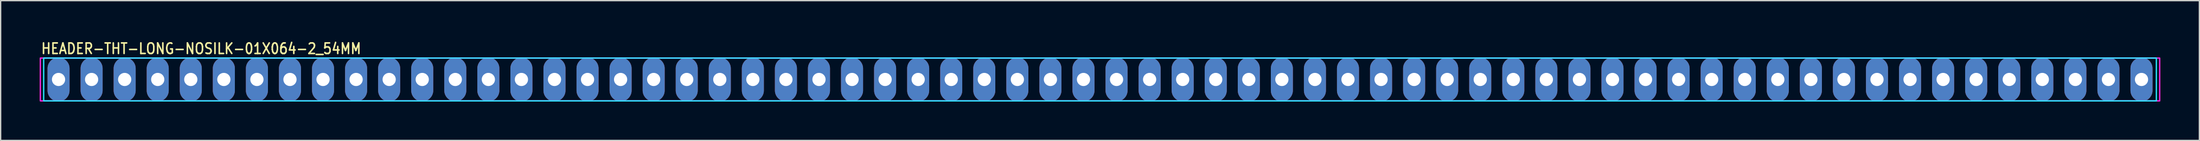
<source format=kicad_pcb>
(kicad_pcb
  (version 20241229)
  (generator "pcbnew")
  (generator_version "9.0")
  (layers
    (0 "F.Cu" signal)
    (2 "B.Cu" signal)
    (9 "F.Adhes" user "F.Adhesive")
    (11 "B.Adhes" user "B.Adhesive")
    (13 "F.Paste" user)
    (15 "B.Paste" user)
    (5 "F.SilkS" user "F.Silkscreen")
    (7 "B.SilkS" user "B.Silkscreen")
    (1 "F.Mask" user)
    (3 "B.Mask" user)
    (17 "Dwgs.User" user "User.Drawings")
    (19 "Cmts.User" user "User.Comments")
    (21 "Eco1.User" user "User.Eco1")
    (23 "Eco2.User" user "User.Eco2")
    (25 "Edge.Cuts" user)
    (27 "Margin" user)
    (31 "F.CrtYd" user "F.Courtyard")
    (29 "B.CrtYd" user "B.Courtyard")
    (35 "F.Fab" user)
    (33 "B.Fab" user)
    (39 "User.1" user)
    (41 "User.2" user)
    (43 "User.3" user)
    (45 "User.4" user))
  (footprint "HEADER-THT-LONG-NOSILK-01X064-2_54MM"
    (layer "F.Cu")
    (at 1.447 3.079)
    (property "Reference" "HEADER-THT-LONG-NOSILK-01X064-2_54MM" (at -1.4 -1.9 0) (unlocked yes) (layer "F.SilkS") (effects (font (size 0.813 0.695) (thickness 0.122)) (justify left bottom)))
    (fp_poly (pts (xy -1.143 -1.651) (xy 161.163 -1.651) (xy 161.163 1.651) (xy -1.143 1.651)) (stroke (width 0.1) (type solid)) (fill no) (layer "B.CrtYd"))
    (fp_poly (pts (xy -1.397 -1.651) (xy 161.417 -1.651) (xy 161.417 1.651) (xy -1.397 1.651)) (stroke (width 0.1) (type solid)) (fill no) (layer "F.CrtYd"))
    (pad "P$1" thru_hole oval (at 0 0 90) (size 3.387 1.693) (drill 1.016) (layers "*.Cu" "*.Mask"))
    (pad "P$2" thru_hole oval (at 2.54 0 90) (size 3.387 1.693) (drill 1.016) (layers "*.Cu" "*.Mask"))
    (pad "P$3" thru_hole oval (at 5.08 0 90) (size 3.387 1.693) (drill 1.016) (layers "*.Cu" "*.Mask"))
    (pad "P$4" thru_hole oval (at 7.62 0 90) (size 3.387 1.693) (drill 1.016) (layers "*.Cu" "*.Mask"))
    (pad "P$5" thru_hole oval (at 10.16 0 90) (size 3.387 1.693) (drill 1.016) (layers "*.Cu" "*.Mask"))
    (pad "P$6" thru_hole oval (at 12.7 0 90) (size 3.387 1.693) (drill 1.016) (layers "*.Cu" "*.Mask"))
    (pad "P$7" thru_hole oval (at 15.24 0 90) (size 3.387 1.693) (drill 1.016) (layers "*.Cu" "*.Mask"))
    (pad "P$8" thru_hole oval (at 17.78 0 90) (size 3.387 1.693) (drill 1.016) (layers "*.Cu" "*.Mask"))
    (pad "P$9" thru_hole oval (at 20.32 0 90) (size 3.387 1.693) (drill 1.016) (layers "*.Cu" "*.Mask"))
    (pad "P$10" thru_hole oval (at 22.86 0 90) (size 3.387 1.693) (drill 1.016) (layers "*.Cu" "*.Mask"))
    (pad "P$11" thru_hole oval (at 25.4 0 90) (size 3.387 1.693) (drill 1.016) (layers "*.Cu" "*.Mask"))
    (pad "P$12" thru_hole oval (at 27.94 0 90) (size 3.387 1.693) (drill 1.016) (layers "*.Cu" "*.Mask"))
    (pad "P$13" thru_hole oval (at 30.48 0 90) (size 3.387 1.693) (drill 1.016) (layers "*.Cu" "*.Mask"))
    (pad "P$14" thru_hole oval (at 33.02 0 90) (size 3.387 1.693) (drill 1.016) (layers "*.Cu" "*.Mask"))
    (pad "P$15" thru_hole oval (at 35.56 0 90) (size 3.387 1.693) (drill 1.016) (layers "*.Cu" "*.Mask"))
    (pad "P$16" thru_hole oval (at 38.1 0 90) (size 3.387 1.693) (drill 1.016) (layers "*.Cu" "*.Mask"))
    (pad "P$17" thru_hole oval (at 40.64 0 90) (size 3.387 1.693) (drill 1.016) (layers "*.Cu" "*.Mask"))
    (pad "P$18" thru_hole oval (at 43.18 0 90) (size 3.387 1.693) (drill 1.016) (layers "*.Cu" "*.Mask"))
    (pad "P$19" thru_hole oval (at 45.72 0 90) (size 3.387 1.693) (drill 1.016) (layers "*.Cu" "*.Mask"))
    (pad "P$20" thru_hole oval (at 48.26 0 90) (size 3.387 1.693) (drill 1.016) (layers "*.Cu" "*.Mask"))
    (pad "P$21" thru_hole oval (at 50.8 0 90) (size 3.387 1.693) (drill 1.016) (layers "*.Cu" "*.Mask"))
    (pad "P$22" thru_hole oval (at 53.34 0 90) (size 3.387 1.693) (drill 1.016) (layers "*.Cu" "*.Mask"))
    (pad "P$23" thru_hole oval (at 55.88 0 90) (size 3.387 1.693) (drill 1.016) (layers "*.Cu" "*.Mask"))
    (pad "P$24" thru_hole oval (at 58.42 0 90) (size 3.387 1.693) (drill 1.016) (layers "*.Cu" "*.Mask"))
    (pad "P$25" thru_hole oval (at 60.96 0 90) (size 3.387 1.693) (drill 1.016) (layers "*.Cu" "*.Mask"))
    (pad "P$26" thru_hole oval (at 63.5 0 90) (size 3.387 1.693) (drill 1.016) (layers "*.Cu" "*.Mask"))
    (pad "P$27" thru_hole oval (at 66.04 0 90) (size 3.387 1.693) (drill 1.016) (layers "*.Cu" "*.Mask"))
    (pad "P$28" thru_hole oval (at 68.58 0 90) (size 3.387 1.693) (drill 1.016) (layers "*.Cu" "*.Mask"))
    (pad "P$29" thru_hole oval (at 71.12 0 90) (size 3.387 1.693) (drill 1.016) (layers "*.Cu" "*.Mask"))
    (pad "P$30" thru_hole oval (at 73.66 0 90) (size 3.387 1.693) (drill 1.016) (layers "*.Cu" "*.Mask"))
    (pad "P$31" thru_hole oval (at 76.2 0 90) (size 3.387 1.693) (drill 1.016) (layers "*.Cu" "*.Mask"))
    (pad "P$32" thru_hole oval (at 78.74 0 90) (size 3.387 1.693) (drill 1.016) (layers "*.Cu" "*.Mask"))
    (pad "P$33" thru_hole oval (at 81.28 0 90) (size 3.387 1.693) (drill 1.016) (layers "*.Cu" "*.Mask"))
    (pad "P$34" thru_hole oval (at 83.82 0 90) (size 3.387 1.693) (drill 1.016) (layers "*.Cu" "*.Mask"))
    (pad "P$35" thru_hole oval (at 86.36 0 90) (size 3.387 1.693) (drill 1.016) (layers "*.Cu" "*.Mask"))
    (pad "P$36" thru_hole oval (at 88.9 0 90) (size 3.387 1.693) (drill 1.016) (layers "*.Cu" "*.Mask"))
    (pad "P$37" thru_hole oval (at 91.44 0 90) (size 3.387 1.693) (drill 1.016) (layers "*.Cu" "*.Mask"))
    (pad "P$38" thru_hole oval (at 93.98 0 90) (size 3.387 1.693) (drill 1.016) (layers "*.Cu" "*.Mask"))
    (pad "P$39" thru_hole oval (at 96.52 0 90) (size 3.387 1.693) (drill 1.016) (layers "*.Cu" "*.Mask"))
    (pad "P$40" thru_hole oval (at 99.06 0 90) (size 3.387 1.693) (drill 1.016) (layers "*.Cu" "*.Mask"))
    (pad "P$41" thru_hole oval (at 101.6 0 90) (size 3.387 1.693) (drill 1.016) (layers "*.Cu" "*.Mask"))
    (pad "P$42" thru_hole oval (at 104.14 0 90) (size 3.387 1.693) (drill 1.016) (layers "*.Cu" "*.Mask"))
    (pad "P$43" thru_hole oval (at 106.68 0 90) (size 3.387 1.693) (drill 1.016) (layers "*.Cu" "*.Mask"))
    (pad "P$44" thru_hole oval (at 109.22 0 90) (size 3.387 1.693) (drill 1.016) (layers "*.Cu" "*.Mask"))
    (pad "P$45" thru_hole oval (at 111.76 0 90) (size 3.387 1.693) (drill 1.016) (layers "*.Cu" "*.Mask"))
    (pad "P$46" thru_hole oval (at 114.3 0 90) (size 3.387 1.693) (drill 1.016) (layers "*.Cu" "*.Mask"))
    (pad "P$47" thru_hole oval (at 116.84 0 90) (size 3.387 1.693) (drill 1.016) (layers "*.Cu" "*.Mask"))
    (pad "P$48" thru_hole oval (at 119.38 0 90) (size 3.387 1.693) (drill 1.016) (layers "*.Cu" "*.Mask"))
    (pad "P$49" thru_hole oval (at 121.92 0 90) (size 3.387 1.693) (drill 1.016) (layers "*.Cu" "*.Mask"))
    (pad "P$50" thru_hole oval (at 124.46 0 90) (size 3.387 1.693) (drill 1.016) (layers "*.Cu" "*.Mask"))
    (pad "P$51" thru_hole oval (at 127 0 90) (size 3.387 1.693) (drill 1.016) (layers "*.Cu" "*.Mask"))
    (pad "P$52" thru_hole oval (at 129.54 0 90) (size 3.387 1.693) (drill 1.016) (layers "*.Cu" "*.Mask"))
    (pad "P$53" thru_hole oval (at 132.08 0 90) (size 3.387 1.693) (drill 1.016) (layers "*.Cu" "*.Mask"))
    (pad "P$54" thru_hole oval (at 134.62 0 90) (size 3.387 1.693) (drill 1.016) (layers "*.Cu" "*.Mask"))
    (pad "P$55" thru_hole oval (at 137.16 0 90) (size 3.387 1.693) (drill 1.016) (layers "*.Cu" "*.Mask"))
    (pad "P$56" thru_hole oval (at 139.7 0 90) (size 3.387 1.693) (drill 1.016) (layers "*.Cu" "*.Mask"))
    (pad "P$57" thru_hole oval (at 142.24 0 90) (size 3.387 1.693) (drill 1.016) (layers "*.Cu" "*.Mask"))
    (pad "P$58" thru_hole oval (at 144.78 0 90) (size 3.387 1.693) (drill 1.016) (layers "*.Cu" "*.Mask"))
    (pad "P$59" thru_hole oval (at 147.32 0 90) (size 3.387 1.693) (drill 1.016) (layers "*.Cu" "*.Mask"))
    (pad "P$60" thru_hole oval (at 149.86 0 90) (size 3.387 1.693) (drill 1.016) (layers "*.Cu" "*.Mask"))
    (pad "P$61" thru_hole oval (at 152.4 0 90) (size 3.387 1.693) (drill 1.016) (layers "*.Cu" "*.Mask"))
    (pad "P$62" thru_hole oval (at 154.94 0 90) (size 3.387 1.693) (drill 1.016) (layers "*.Cu" "*.Mask"))
    (pad "P$63" thru_hole oval (at 157.48 0 90) (size 3.387 1.693) (drill 1.016) (layers "*.Cu" "*.Mask"))
    (pad "P$64" thru_hole oval (at 160.02 0 90) (size 3.387 1.693) (drill 1.016) (layers "*.Cu" "*.Mask")))
  (gr_rect
    (start -3 -3)
    (end 165.914 7.78)
    (stroke (width 0.1) (type default))
    (fill no)
    (layer "Edge.Cuts")))
</source>
